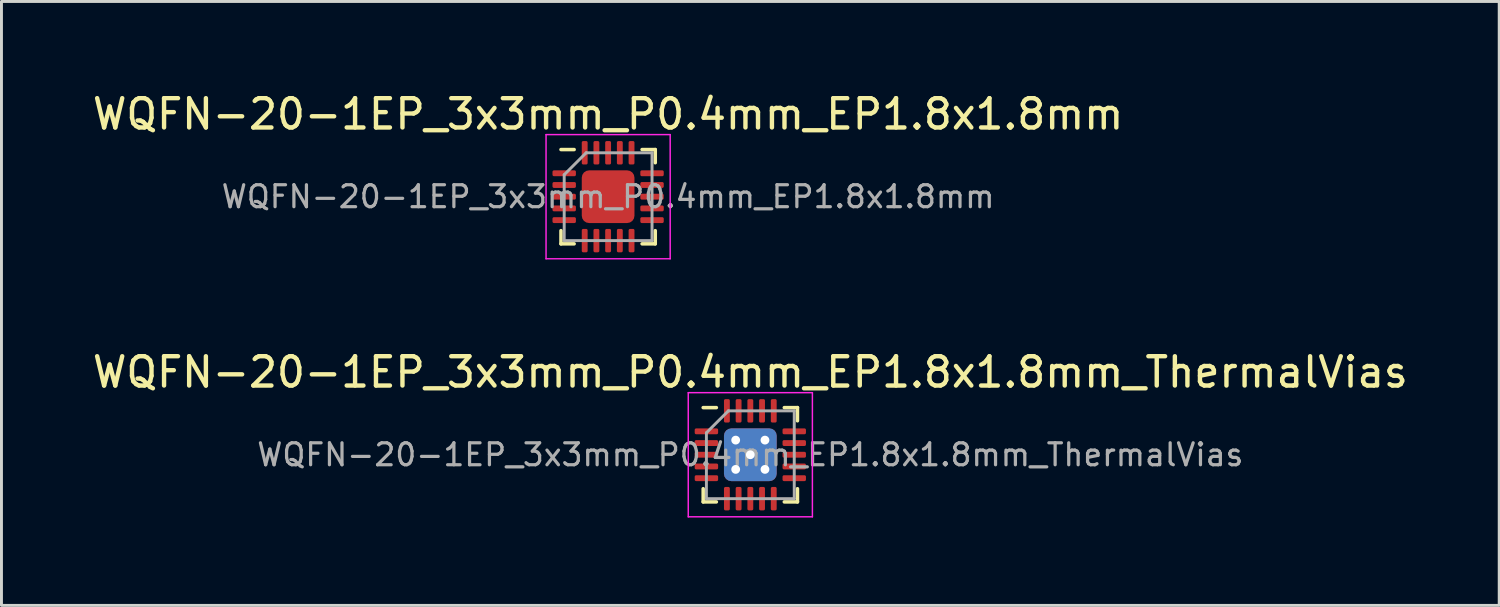
<source format=kicad_pcb>
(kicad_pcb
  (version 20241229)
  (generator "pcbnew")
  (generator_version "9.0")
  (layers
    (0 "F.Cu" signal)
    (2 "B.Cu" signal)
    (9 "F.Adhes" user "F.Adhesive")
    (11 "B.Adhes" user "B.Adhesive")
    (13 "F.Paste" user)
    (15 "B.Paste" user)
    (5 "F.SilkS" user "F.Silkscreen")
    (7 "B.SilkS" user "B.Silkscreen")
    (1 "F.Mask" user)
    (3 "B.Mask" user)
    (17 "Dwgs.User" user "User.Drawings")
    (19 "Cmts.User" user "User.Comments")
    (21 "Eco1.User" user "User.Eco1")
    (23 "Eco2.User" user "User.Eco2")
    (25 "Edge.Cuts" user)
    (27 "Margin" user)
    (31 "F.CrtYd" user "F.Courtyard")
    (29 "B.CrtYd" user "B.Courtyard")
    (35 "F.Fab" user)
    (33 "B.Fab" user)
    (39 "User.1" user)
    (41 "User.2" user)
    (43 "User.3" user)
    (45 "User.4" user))
  (footprint "WQFN-20-1EP_3x3mm_P0.4mm_EP1.8x1.8mm"
    (layer "F.Cu")
    (at 17.72 3.668)
    (property "Reference" "WQFN-20-1EP_3x3mm_P0.4mm_EP1.8x1.8mm" (at 0 -2.82 0) (layer "F.SilkS") (effects (font (size 1 1) (thickness 0.15))))
    (attr smd)
    (fp_line (start -1.61 1.61) (end -1.61 1.16) (stroke (width 0.12) (type solid)) (layer "F.SilkS"))
    (fp_line (start -1.16 -1.61) (end -1.61 -1.61) (stroke (width 0.12) (type solid)) (layer "F.SilkS"))
    (fp_line (start -1.16 1.61) (end -1.61 1.61) (stroke (width 0.12) (type solid)) (layer "F.SilkS"))
    (fp_line (start 1.16 -1.61) (end 1.61 -1.61) (stroke (width 0.12) (type solid)) (layer "F.SilkS"))
    (fp_line (start 1.16 1.61) (end 1.61 1.61) (stroke (width 0.12) (type solid)) (layer "F.SilkS"))
    (fp_line (start 1.61 -1.61) (end 1.61 -1.16) (stroke (width 0.12) (type solid)) (layer "F.SilkS"))
    (fp_line (start 1.61 1.61) (end 1.61 1.16) (stroke (width 0.12) (type solid)) (layer "F.SilkS"))
    (fp_line (start -2.12 -2.12) (end -2.12 2.12) (stroke (width 0.05) (type solid)) (layer "F.CrtYd"))
    (fp_line (start -2.12 2.12) (end 2.12 2.12) (stroke (width 0.05) (type solid)) (layer "F.CrtYd"))
    (fp_line (start 2.12 -2.12) (end -2.12 -2.12) (stroke (width 0.05) (type solid)) (layer "F.CrtYd"))
    (fp_line (start 2.12 2.12) (end 2.12 -2.12) (stroke (width 0.05) (type solid)) (layer "F.CrtYd"))
    (fp_line (start -1.5 -0.75) (end -0.75 -1.5) (stroke (width 0.1) (type solid)) (layer "F.Fab"))
    (fp_line (start -1.5 1.5) (end -1.5 -0.75) (stroke (width 0.1) (type solid)) (layer "F.Fab"))
    (fp_line (start -0.75 -1.5) (end 1.5 -1.5) (stroke (width 0.1) (type solid)) (layer "F.Fab"))
    (fp_line (start 1.5 -1.5) (end 1.5 1.5) (stroke (width 0.1) (type solid)) (layer "F.Fab"))
    (fp_line (start 1.5 1.5) (end -1.5 1.5) (stroke (width 0.1) (type solid)) (layer "F.Fab"))
    (fp_text user "${REFERENCE}" (at 0 0 0) (layer "F.Fab") (effects (font (size 0.75 0.75) (thickness 0.11))))
    (pad "" smd roundrect (at -0.45 -0.45) (size 0.73 0.73) (layers "F.Paste") (roundrect_rratio 0.25))
    (pad "" smd roundrect (at -0.45 0.45) (size 0.73 0.73) (layers "F.Paste") (roundrect_rratio 0.25))
    (pad "" smd roundrect (at 0.45 -0.45) (size 0.73 0.73) (layers "F.Paste") (roundrect_rratio 0.25))
    (pad "" smd roundrect (at 0.45 0.45) (size 0.73 0.73) (layers "F.Paste") (roundrect_rratio 0.25))
    (pad "1" smd roundrect (at -1.5 -0.8) (size 0.8 0.2) (layers "F.Cu" "F.Mask" "F.Paste") (roundrect_rratio 0.25))
    (pad "2" smd roundrect (at -1.5 -0.4) (size 0.8 0.2) (layers "F.Cu" "F.Mask" "F.Paste") (roundrect_rratio 0.25))
    (pad "3" smd roundrect (at -1.5 0) (size 0.8 0.2) (layers "F.Cu" "F.Mask" "F.Paste") (roundrect_rratio 0.25))
    (pad "4" smd roundrect (at -1.5 0.4) (size 0.8 0.2) (layers "F.Cu" "F.Mask" "F.Paste") (roundrect_rratio 0.25))
    (pad "5" smd roundrect (at -1.5 0.8) (size 0.8 0.2) (layers "F.Cu" "F.Mask" "F.Paste") (roundrect_rratio 0.25))
    (pad "6" smd roundrect (at -0.8 1.5) (size 0.2 0.8) (layers "F.Cu" "F.Mask" "F.Paste") (roundrect_rratio 0.25))
    (pad "7" smd roundrect (at -0.4 1.5) (size 0.2 0.8) (layers "F.Cu" "F.Mask" "F.Paste") (roundrect_rratio 0.25))
    (pad "8" smd roundrect (at 0 1.5) (size 0.2 0.8) (layers "F.Cu" "F.Mask" "F.Paste") (roundrect_rratio 0.25))
    (pad "9" smd roundrect (at 0.4 1.5) (size 0.2 0.8) (layers "F.Cu" "F.Mask" "F.Paste") (roundrect_rratio 0.25))
    (pad "10" smd roundrect (at 0.8 1.5) (size 0.2 0.8) (layers "F.Cu" "F.Mask" "F.Paste") (roundrect_rratio 0.25))
    (pad "11" smd roundrect (at 1.5 0.8) (size 0.8 0.2) (layers "F.Cu" "F.Mask" "F.Paste") (roundrect_rratio 0.25))
    (pad "12" smd roundrect (at 1.5 0.4) (size 0.8 0.2) (layers "F.Cu" "F.Mask" "F.Paste") (roundrect_rratio 0.25))
    (pad "13" smd roundrect (at 1.5 0) (size 0.8 0.2) (layers "F.Cu" "F.Mask" "F.Paste") (roundrect_rratio 0.25))
    (pad "14" smd roundrect (at 1.5 -0.4) (size 0.8 0.2) (layers "F.Cu" "F.Mask" "F.Paste") (roundrect_rratio 0.25))
    (pad "15" smd roundrect (at 1.5 -0.8) (size 0.8 0.2) (layers "F.Cu" "F.Mask" "F.Paste") (roundrect_rratio 0.25))
    (pad "16" smd roundrect (at 0.8 -1.5) (size 0.2 0.8) (layers "F.Cu" "F.Mask" "F.Paste") (roundrect_rratio 0.25))
    (pad "17" smd roundrect (at 0.4 -1.5) (size 0.2 0.8) (layers "F.Cu" "F.Mask" "F.Paste") (roundrect_rratio 0.25))
    (pad "18" smd roundrect (at 0 -1.5) (size 0.2 0.8) (layers "F.Cu" "F.Mask" "F.Paste") (roundrect_rratio 0.25))
    (pad "19" smd roundrect (at -0.4 -1.5) (size 0.2 0.8) (layers "F.Cu" "F.Mask" "F.Paste") (roundrect_rratio 0.25))
    (pad "20" smd roundrect (at -0.8 -1.5) (size 0.2 0.8) (layers "F.Cu" "F.Mask" "F.Paste") (roundrect_rratio 0.25))
    (pad "21" smd roundrect (at 0 0) (size 1.8 1.8) (layers "F.Cu" "F.Mask") (roundrect_rratio 0.139)))
  (footprint "WQFN-20-1EP_3x3mm_P0.4mm_EP1.8x1.8mm_ThermalVias"
    (layer "F.Cu")
    (at 22.577 12.482)
    (property "Reference" "WQFN-20-1EP_3x3mm_P0.4mm_EP1.8x1.8mm_ThermalVias" (at 0 -2.82 0) (layer "F.SilkS") (effects (font (size 1 1) (thickness 0.15))))
    (attr smd)
    (fp_line (start -1.61 1.61) (end -1.61 1.16) (stroke (width 0.12) (type solid)) (layer "F.SilkS"))
    (fp_line (start -1.16 -1.61) (end -1.61 -1.61) (stroke (width 0.12) (type solid)) (layer "F.SilkS"))
    (fp_line (start -1.16 1.61) (end -1.61 1.61) (stroke (width 0.12) (type solid)) (layer "F.SilkS"))
    (fp_line (start 1.16 -1.61) (end 1.61 -1.61) (stroke (width 0.12) (type solid)) (layer "F.SilkS"))
    (fp_line (start 1.16 1.61) (end 1.61 1.61) (stroke (width 0.12) (type solid)) (layer "F.SilkS"))
    (fp_line (start 1.61 -1.61) (end 1.61 -1.16) (stroke (width 0.12) (type solid)) (layer "F.SilkS"))
    (fp_line (start 1.61 1.61) (end 1.61 1.16) (stroke (width 0.12) (type solid)) (layer "F.SilkS"))
    (fp_line (start -2.12 -2.12) (end -2.12 2.12) (stroke (width 0.05) (type solid)) (layer "F.CrtYd"))
    (fp_line (start -2.12 2.12) (end 2.12 2.12) (stroke (width 0.05) (type solid)) (layer "F.CrtYd"))
    (fp_line (start 2.12 -2.12) (end -2.12 -2.12) (stroke (width 0.05) (type solid)) (layer "F.CrtYd"))
    (fp_line (start 2.12 2.12) (end 2.12 -2.12) (stroke (width 0.05) (type solid)) (layer "F.CrtYd"))
    (fp_line (start -1.5 -0.75) (end -0.75 -1.5) (stroke (width 0.1) (type solid)) (layer "F.Fab"))
    (fp_line (start -1.5 1.5) (end -1.5 -0.75) (stroke (width 0.1) (type solid)) (layer "F.Fab"))
    (fp_line (start -0.75 -1.5) (end 1.5 -1.5) (stroke (width 0.1) (type solid)) (layer "F.Fab"))
    (fp_line (start 1.5 -1.5) (end 1.5 1.5) (stroke (width 0.1) (type solid)) (layer "F.Fab"))
    (fp_line (start 1.5 1.5) (end -1.5 1.5) (stroke (width 0.1) (type solid)) (layer "F.Fab"))
    (fp_text user "${REFERENCE}" (at 0 0 0) (layer "F.Fab") (effects (font (size 0.75 0.75) (thickness 0.11))))
    (pad "" smd roundrect (at -0.45 -0.45) (size 0.78 0.78) (layers "F.Paste") (roundrect_rratio 0.25))
    (pad "" smd roundrect (at -0.45 0.45) (size 0.78 0.78) (layers "F.Paste") (roundrect_rratio 0.25))
    (pad "" smd roundrect (at 0.45 -0.45) (size 0.78 0.78) (layers "F.Paste") (roundrect_rratio 0.25))
    (pad "" smd roundrect (at 0.45 0.45) (size 0.78 0.78) (layers "F.Paste") (roundrect_rratio 0.25))
    (pad "1" smd roundrect (at -1.5 -0.8) (size 0.8 0.2) (layers "F.Cu" "F.Mask" "F.Paste") (roundrect_rratio 0.25))
    (pad "2" smd roundrect (at -1.5 -0.4) (size 0.8 0.2) (layers "F.Cu" "F.Mask" "F.Paste") (roundrect_rratio 0.25))
    (pad "3" smd roundrect (at -1.5 0) (size 0.8 0.2) (layers "F.Cu" "F.Mask" "F.Paste") (roundrect_rratio 0.25))
    (pad "4" smd roundrect (at -1.5 0.4) (size 0.8 0.2) (layers "F.Cu" "F.Mask" "F.Paste") (roundrect_rratio 0.25))
    (pad "5" smd roundrect (at -1.5 0.8) (size 0.8 0.2) (layers "F.Cu" "F.Mask" "F.Paste") (roundrect_rratio 0.25))
    (pad "6" smd roundrect (at -0.8 1.5) (size 0.2 0.8) (layers "F.Cu" "F.Mask" "F.Paste") (roundrect_rratio 0.25))
    (pad "7" smd roundrect (at -0.4 1.5) (size 0.2 0.8) (layers "F.Cu" "F.Mask" "F.Paste") (roundrect_rratio 0.25))
    (pad "8" smd roundrect (at 0 1.5) (size 0.2 0.8) (layers "F.Cu" "F.Mask" "F.Paste") (roundrect_rratio 0.25))
    (pad "9" smd roundrect (at 0.4 1.5) (size 0.2 0.8) (layers "F.Cu" "F.Mask" "F.Paste") (roundrect_rratio 0.25))
    (pad "10" smd roundrect (at 0.8 1.5) (size 0.2 0.8) (layers "F.Cu" "F.Mask" "F.Paste") (roundrect_rratio 0.25))
    (pad "11" smd roundrect (at 1.5 0.8) (size 0.8 0.2) (layers "F.Cu" "F.Mask" "F.Paste") (roundrect_rratio 0.25))
    (pad "12" smd roundrect (at 1.5 0.4) (size 0.8 0.2) (layers "F.Cu" "F.Mask" "F.Paste") (roundrect_rratio 0.25))
    (pad "13" smd roundrect (at 1.5 0) (size 0.8 0.2) (layers "F.Cu" "F.Mask" "F.Paste") (roundrect_rratio 0.25))
    (pad "14" smd roundrect (at 1.5 -0.4) (size 0.8 0.2) (layers "F.Cu" "F.Mask" "F.Paste") (roundrect_rratio 0.25))
    (pad "15" smd roundrect (at 1.5 -0.8) (size 0.8 0.2) (layers "F.Cu" "F.Mask" "F.Paste") (roundrect_rratio 0.25))
    (pad "16" smd roundrect (at 0.8 -1.5) (size 0.2 0.8) (layers "F.Cu" "F.Mask" "F.Paste") (roundrect_rratio 0.25))
    (pad "17" smd roundrect (at 0.4 -1.5) (size 0.2 0.8) (layers "F.Cu" "F.Mask" "F.Paste") (roundrect_rratio 0.25))
    (pad "18" smd roundrect (at 0 -1.5) (size 0.2 0.8) (layers "F.Cu" "F.Mask" "F.Paste") (roundrect_rratio 0.25))
    (pad "19" smd roundrect (at -0.4 -1.5) (size 0.2 0.8) (layers "F.Cu" "F.Mask" "F.Paste") (roundrect_rratio 0.25))
    (pad "20" smd roundrect (at -0.8 -1.5) (size 0.2 0.8) (layers "F.Cu" "F.Mask" "F.Paste") (roundrect_rratio 0.25))
    (pad "21" thru_hole circle (at -0.5 -0.5) (size 0.6 0.6) (drill 0.3) (layers "*.Cu"))
    (pad "21" thru_hole circle (at -0.5 0.5) (size 0.6 0.6) (drill 0.3) (layers "*.Cu"))
    (pad "21" thru_hole circle (at 0 0) (size 0.6 0.6) (drill 0.3) (layers "*.Cu"))
    (pad "21" smd roundrect (at 0 0) (size 1.8 1.8) (layers "F.Cu" "F.Mask") (roundrect_rratio 0.139))
    (pad "21" smd roundrect (at 0 0) (size 1.8 1.8) (layers "B.Cu") (roundrect_rratio 0.139))
    (pad "21" thru_hole circle (at 0.5 -0.5) (size 0.6 0.6) (drill 0.3) (layers "*.Cu"))
    (pad "21" thru_hole circle (at 0.5 0.5) (size 0.6 0.6) (drill 0.3) (layers "*.Cu")))
  (gr_rect
    (start -3 -3)
    (end 48.155 17.627)
    (stroke (width 0.1) (type default))
    (fill no)
    (layer "Edge.Cuts")))
</source>
